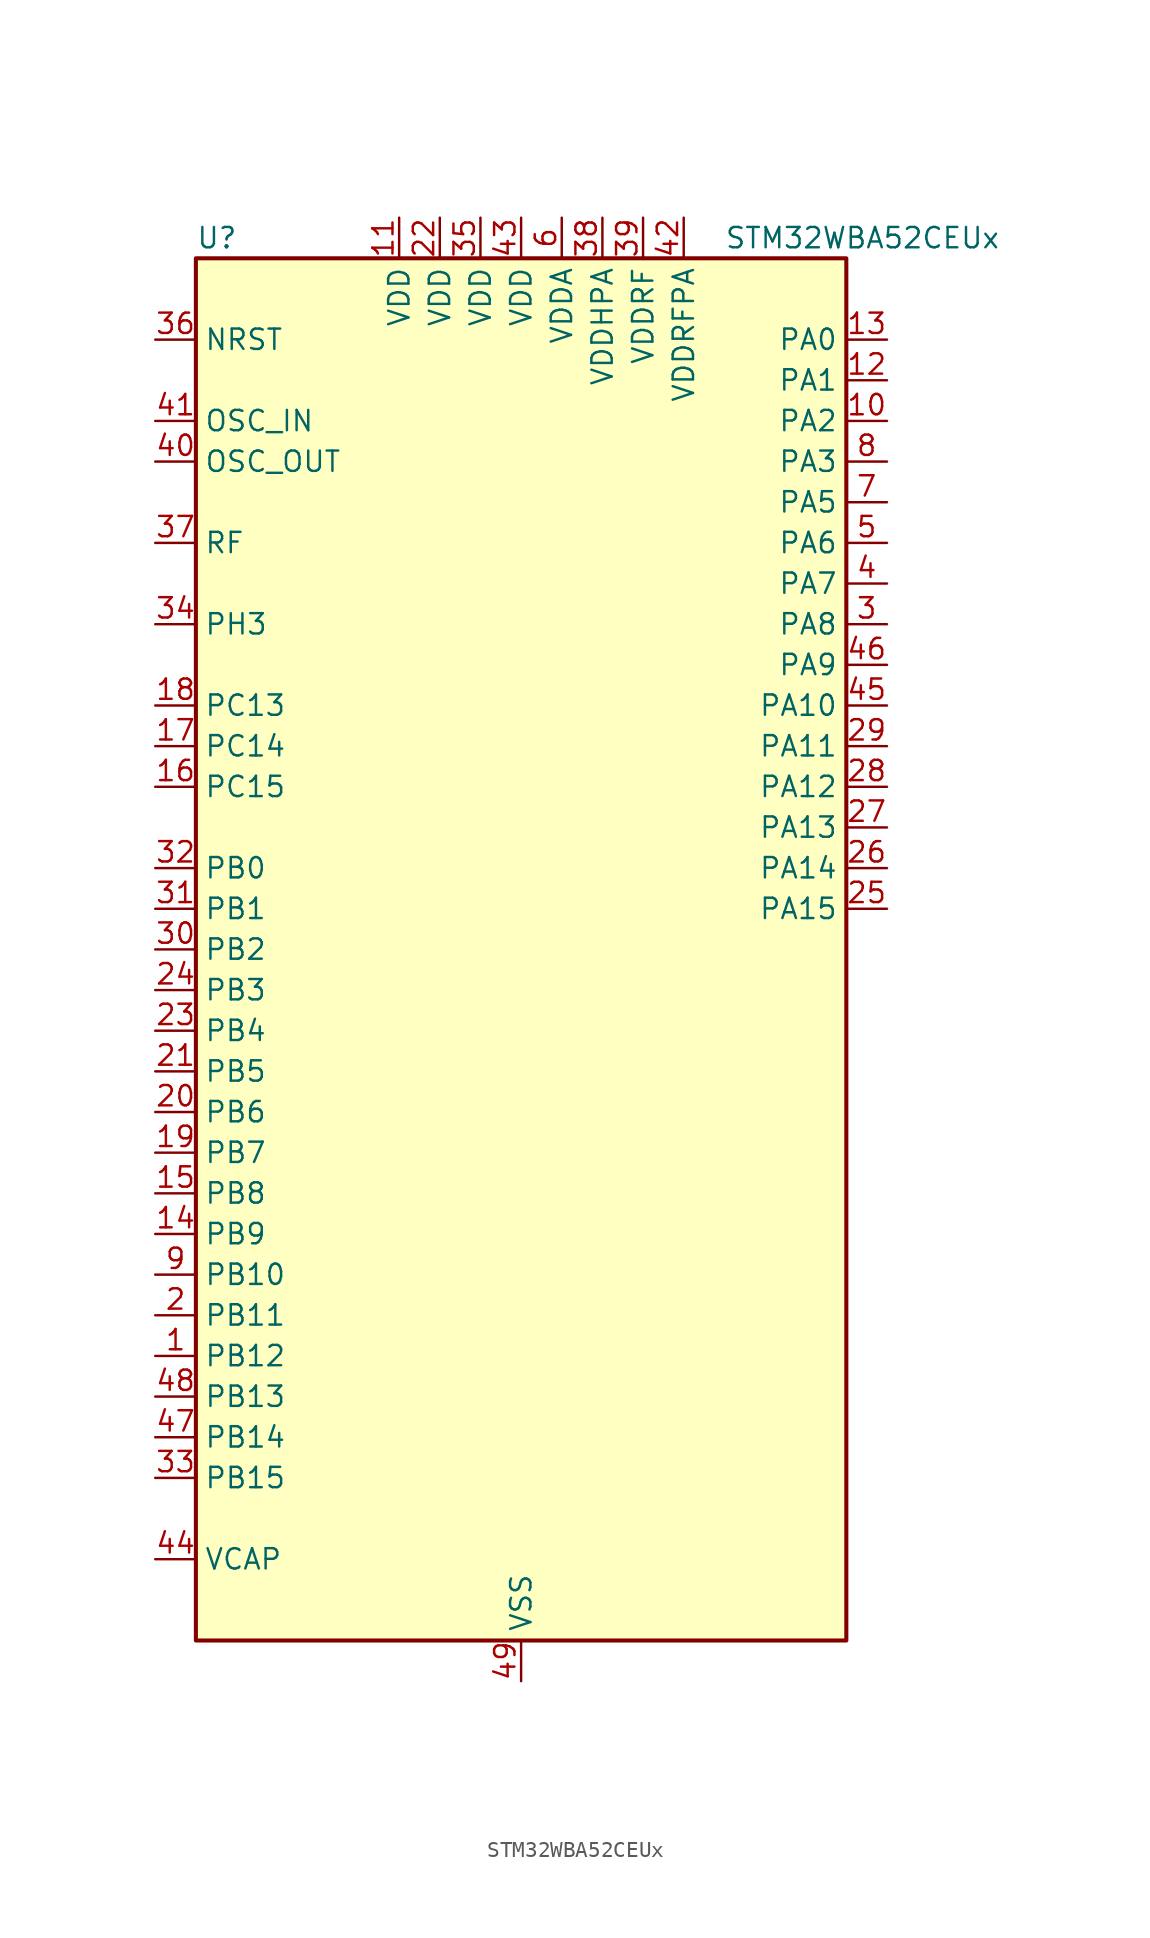
<source format=kicad_sym>
(kicad_symbol_lib
  (version 20231120)
  (generator "kicad-library-utils")
  (generator_version "8.0")
  (symbol "STM32WBA52CEUx"
    (property "Reference" "U"
      (at -20.32 44.45 0)
      (effects (font (size 1.27 1.27)) (justify left)))
    (property "Value" "STM32WBA52CEUx"
      (at 12.7 44.45 0)
      (effects (font (size 1.27 1.27)) (justify left)))
    (symbol "STM32WBA52CEUx_0_1"
      (rectangle (start -20.32 -43.18) (end 20.32 43.18) (stroke (width 0.254) (type default)) (fill (type background))))
    (symbol "STM32WBA52CEUx_1_1"
      (pin bidirectional line (at -22.86 -25.4 0) (length 2.54) (name "PB12" (effects (font (size 1.27 1.27)))) (number "1" (effects (font (size 1.27 1.27)))) (alternate "SPI1_RDY" bidirectional line) (alternate "TIM2_CH1" bidirectional line) (alternate "TIM2_ETR" bidirectional line) (alternate "TIM3_ETR" bidirectional line) (alternate "TSC_SYNC" bidirectional line) (alternate "USART1_TX" bidirectional line))
      (pin bidirectional line (at 22.86 33.02 180) (length 2.54) (name "PA2" (effects (font (size 1.27 1.27)))) (number "10" (effects (font (size 1.27 1.27)))) (alternate "ADC4_IN7" bidirectional line) (alternate "LPUART1_TX" bidirectional line) (alternate "PWR_WKUP4" bidirectional line) (alternate "RCC_LSCO" bidirectional line) (alternate "TIM16_CH1" bidirectional line) (alternate "TIM1_BKIN" bidirectional line) (alternate "TIM3_CH1" bidirectional line) (alternate "TSC_G4_IO4" bidirectional line) (alternate "USART1_DE" bidirectional line) (alternate "USART1_RTS" bidirectional line))
      (pin power_in line (at -7.62 45.72 270) (length 2.54) (name "VDD" (effects (font (size 1.27 1.27)))) (number "11" (effects (font (size 1.27 1.27)))))
      (pin bidirectional line (at 22.86 35.56 180) (length 2.54) (name "PA1" (effects (font (size 1.27 1.27)))) (number "12" (effects (font (size 1.27 1.27)))) (alternate "ADC4_IN8" bidirectional line) (alternate "LPTIM2_CH2" bidirectional line) (alternate "LPUART1_RX" bidirectional line) (alternate "PWR_WKUP3" bidirectional line) (alternate "SPI1_RDY" bidirectional line) (alternate "TIM17_CH1" bidirectional line) (alternate "TIM1_CH1N" bidirectional line) (alternate "TIM3_CH2" bidirectional line) (alternate "TSC_G2_IO1" bidirectional line) (alternate "USART1_CK" bidirectional line))
      (pin bidirectional line (at 22.86 38.1 180) (length 2.54) (name "PA0" (effects (font (size 1.27 1.27)))) (number "13" (effects (font (size 1.27 1.27)))) (alternate "ADC4_IN9" bidirectional line) (alternate "LPTIM1_IN1" bidirectional line) (alternate "LPUART1_CTS" bidirectional line) (alternate "PWR_WKUP1" bidirectional line) (alternate "SPI3_SCK" bidirectional line) (alternate "TIM1_CH2N" bidirectional line) (alternate "TIM3_CH3" bidirectional line) (alternate "TIM3_ETR" bidirectional line) (alternate "TSC_G2_IO2" bidirectional line))
      (pin bidirectional line (at -22.86 -17.78 0) (length 2.54) (name "PB9" (effects (font (size 1.27 1.27)))) (number "14" (effects (font (size 1.27 1.27)))) (alternate "ADC4_IN10" bidirectional line) (alternate "IR_OUT" bidirectional line) (alternate "LPTIM2_IN1" bidirectional line) (alternate "LPUART1_DE" bidirectional line) (alternate "LPUART1_RTS" bidirectional line) (alternate "PWR_WKUP8" bidirectional line) (alternate "SPI3_MISO" bidirectional line) (alternate "TIM16_CH1" bidirectional line) (alternate "TIM1_CH3N" bidirectional line) (alternate "TIM3_CH4" bidirectional line) (alternate "TSC_G2_IO3" bidirectional line))
      (pin bidirectional line (at -22.86 -15.24 0) (length 2.54) (name "PB8" (effects (font (size 1.27 1.27)))) (number "15" (effects (font (size 1.27 1.27)))) (alternate "LPTIM1_ETR" bidirectional line) (alternate "PWR_PVD_IN" bidirectional line) (alternate "SPI3_MOSI" bidirectional line) (alternate "TIM16_CH1N" bidirectional line) (alternate "TIM1_CH1" bidirectional line) (alternate "TIM3_ETR" bidirectional line) (alternate "TSC_G2_IO4" bidirectional line) (alternate "USART2_RX" bidirectional line))
      (pin bidirectional line (at -22.86 10.16 0) (length 2.54) (name "PC15" (effects (font (size 1.27 1.27)))) (number "16" (effects (font (size 1.27 1.27)))) (alternate "ADC4_EXTI15" bidirectional line) (alternate "RCC_OSC32_OUT" bidirectional line))
      (pin bidirectional line (at -22.86 12.7 0) (length 2.54) (name "PC14" (effects (font (size 1.27 1.27)))) (number "17" (effects (font (size 1.27 1.27)))) (alternate "RCC_OSC32_IN" bidirectional line))
      (pin bidirectional line (at -22.86 15.24 0) (length 2.54) (name "PC13" (effects (font (size 1.27 1.27)))) (number "18" (effects (font (size 1.27 1.27)))) (alternate "PWR_WKUP2" bidirectional line) (alternate "RTC_OUT1" bidirectional line) (alternate "RTC_TS" bidirectional line) (alternate "TAMP_IN4" bidirectional line) (alternate "TAMP_OUT5" bidirectional line) (alternate "TIM1_BKIN2" bidirectional line) (alternate "TSC_G5_IO1" bidirectional line))
      (pin bidirectional line (at -22.86 -12.7 0) (length 2.54) (name "PB7" (effects (font (size 1.27 1.27)))) (number "19" (effects (font (size 1.27 1.27)))) (alternate "PWR_WKUP5" bidirectional line) (alternate "TAMP_IN5" bidirectional line) (alternate "TAMP_OUT4" bidirectional line) (alternate "TIM1_CH4N" bidirectional line) (alternate "TSC_G5_IO2" bidirectional line))
      (pin bidirectional line (at -22.86 -22.86 0) (length 2.54) (name "PB11" (effects (font (size 1.27 1.27)))) (number "2" (effects (font (size 1.27 1.27)))) (alternate "LPTIM1_CH1" bidirectional line) (alternate "LPTIM1_ETR" bidirectional line) (alternate "LPUART1_TX" bidirectional line))
      (pin bidirectional line (at -22.86 -10.16 0) (length 2.54) (name "PB6" (effects (font (size 1.27 1.27)))) (number "20" (effects (font (size 1.27 1.27)))) (alternate "PWR_WKUP3" bidirectional line) (alternate "TIM2_CH1" bidirectional line) (alternate "TIM2_ETR" bidirectional line) (alternate "TSC_G5_IO3" bidirectional line))
      (pin bidirectional line (at -22.86 -7.62 0) (length 2.54) (name "PB5" (effects (font (size 1.27 1.27)))) (number "21" (effects (font (size 1.27 1.27)))) (alternate "LPUART1_TX" bidirectional line) (alternate "TIM3_CH1" bidirectional line) (alternate "TSC_G5_IO4" bidirectional line))
      (pin power_in line (at -5.08 45.72 270) (length 2.54) (name "VDD" (effects (font (size 1.27 1.27)))) (number "22" (effects (font (size 1.27 1.27)))))
      (pin bidirectional line (at -22.86 -5.08 0) (length 2.54) (name "PB4" (effects (font (size 1.27 1.27)))) (number "23" (effects (font (size 1.27 1.27)))) (alternate "DEBUG_JTRST" bidirectional line) (alternate "LPTIM2_IN2" bidirectional line) (alternate "SPI1_SCK" bidirectional line) (alternate "TIM17_CH1" bidirectional line) (alternate "TIM1_CH3" bidirectional line) (alternate "TSC_G3_IO1" bidirectional line) (alternate "USART2_RX" bidirectional line))
      (pin bidirectional line (at -22.86 -2.54 0) (length 2.54) (name "PB3" (effects (font (size 1.27 1.27)))) (number "24" (effects (font (size 1.27 1.27)))) (alternate "DEBUG_JTDO-SWO" bidirectional line) (alternate "I2C1_SDA" bidirectional line) (alternate "LPTIM1_IN2" bidirectional line) (alternate "SPI1_MISO" bidirectional line) (alternate "TIM17_CH1N" bidirectional line) (alternate "TIM1_CH4" bidirectional line) (alternate "TSC_G3_IO2" bidirectional line) (alternate "USART2_CK" bidirectional line))
      (pin bidirectional line (at 22.86 2.54 180) (length 2.54) (name "PA15" (effects (font (size 1.27 1.27)))) (number "25" (effects (font (size 1.27 1.27)))) (alternate "ADC4_EXTI15" bidirectional line) (alternate "DEBUG_JTDI" bidirectional line) (alternate "I2C1_SCL" bidirectional line) (alternate "LPTIM1_CH2" bidirectional line) (alternate "SPI1_MOSI" bidirectional line) (alternate "TIM17_BKIN" bidirectional line) (alternate "TIM1_ETR" bidirectional line) (alternate "TSC_G3_IO3" bidirectional line) (alternate "USART2_DE" bidirectional line) (alternate "USART2_RTS" bidirectional line))
      (pin bidirectional line (at 22.86 5.08 180) (length 2.54) (name "PA14" (effects (font (size 1.27 1.27)))) (number "26" (effects (font (size 1.27 1.27)))) (alternate "DEBUG_JTCK-SWCLK" bidirectional line) (alternate "TAMP_IN3" bidirectional line) (alternate "TAMP_OUT6" bidirectional line) (alternate "USART2_TX" bidirectional line))
      (pin bidirectional line (at 22.86 7.62 180) (length 2.54) (name "PA13" (effects (font (size 1.27 1.27)))) (number "27" (effects (font (size 1.27 1.27)))) (alternate "DEBUG_JTMS-SWDIO" bidirectional line) (alternate "IR_OUT" bidirectional line))
      (pin bidirectional line (at 22.86 10.16 180) (length 2.54) (name "PA12" (effects (font (size 1.27 1.27)))) (number "28" (effects (font (size 1.27 1.27)))) (alternate "PWR_WKUP6" bidirectional line) (alternate "RF_ANTSW0" bidirectional line) (alternate "SPI1_NSS" bidirectional line) (alternate "TIM1_CH2" bidirectional line) (alternate "TSC_G3_IO4" bidirectional line) (alternate "USART2_TX" bidirectional line))
      (pin bidirectional line (at 22.86 12.7 180) (length 2.54) (name "PA11" (effects (font (size 1.27 1.27)))) (number "29" (effects (font (size 1.27 1.27)))) (alternate "LPTIM2_CH1" bidirectional line) (alternate "RF_ANTSW1" bidirectional line) (alternate "TIM1_CH1" bidirectional line) (alternate "USART2_RX" bidirectional line))
      (pin bidirectional line (at 22.86 20.32 180) (length 2.54) (name "PA8" (effects (font (size 1.27 1.27)))) (number "3" (effects (font (size 1.27 1.27)))) (alternate "ADC4_IN1" bidirectional line) (alternate "LPTIM1_CH2" bidirectional line) (alternate "RCC_MCO" bidirectional line) (alternate "SPI3_RDY" bidirectional line) (alternate "TIM2_CH2" bidirectional line) (alternate "TSC_G1_IO1" bidirectional line) (alternate "USART1_RX" bidirectional line))
      (pin bidirectional line (at -22.86 0 0) (length 2.54) (name "PB2" (effects (font (size 1.27 1.27)))) (number "30" (effects (font (size 1.27 1.27)))) (alternate "I2C1_SCL" bidirectional line) (alternate "I2C3_SCL" bidirectional line) (alternate "PWR_WKUP1" bidirectional line) (alternate "RF_ANTSW2" bidirectional line) (alternate "RTC_OUT2" bidirectional line) (alternate "TIM1_CH1N" bidirectional line) (alternate "USART2_CTS" bidirectional line))
      (pin bidirectional line (at -22.86 2.54 0) (length 2.54) (name "PB1" (effects (font (size 1.27 1.27)))) (number "31" (effects (font (size 1.27 1.27)))) (alternate "I2C1_SDA" bidirectional line) (alternate "I2C3_SDA" bidirectional line) (alternate "PWR_WKUP4" bidirectional line) (alternate "TIM1_CH2N" bidirectional line) (alternate "USART2_DE" bidirectional line) (alternate "USART2_RTS" bidirectional line))
      (pin bidirectional line (at -22.86 5.08 0) (length 2.54) (name "PB0" (effects (font (size 1.27 1.27)))) (number "32" (effects (font (size 1.27 1.27)))) (alternate "LPTIM2_IN2" bidirectional line) (alternate "TIM1_CH3N" bidirectional line) (alternate "USART2_TX" bidirectional line))
      (pin bidirectional line (at -22.86 -33.02 0) (length 2.54) (name "PB15" (effects (font (size 1.27 1.27)))) (number "33" (effects (font (size 1.27 1.27)))) (alternate "ADC4_EXTI15" bidirectional line) (alternate "I2C1_SMBA" bidirectional line) (alternate "I2C3_SMBA" bidirectional line) (alternate "LPUART1_CTS" bidirectional line) (alternate "TIM16_BKIN" bidirectional line) (alternate "TIM1_BKIN2" bidirectional line) (alternate "USART2_CTS" bidirectional line))
      (pin bidirectional line (at -22.86 20.32 0) (length 2.54) (name "PH3" (effects (font (size 1.27 1.27)))) (number "34" (effects (font (size 1.27 1.27)))) (alternate "TAMP_IN2" bidirectional line) (alternate "TAMP_OUT1" bidirectional line))
      (pin power_in line (at -2.54 45.72 270) (length 2.54) (name "VDD" (effects (font (size 1.27 1.27)))) (number "35" (effects (font (size 1.27 1.27)))))
      (pin input line (at -22.86 38.1 0) (length 2.54) (name "NRST" (effects (font (size 1.27 1.27)))) (number "36" (effects (font (size 1.27 1.27)))))
      (pin bidirectional line (at -22.86 25.4 0) (length 2.54) (name "RF" (effects (font (size 1.27 1.27)))) (number "37" (effects (font (size 1.27 1.27)))))
      (pin power_in line (at 5.08 45.72 270) (length 2.54) (name "VDDHPA" (effects (font (size 1.27 1.27)))) (number "38" (effects (font (size 1.27 1.27)))))
      (pin power_in line (at 7.62 45.72 270) (length 2.54) (name "VDDRF" (effects (font (size 1.27 1.27)))) (number "39" (effects (font (size 1.27 1.27)))))
      (pin bidirectional line (at 22.86 22.86 180) (length 2.54) (name "PA7" (effects (font (size 1.27 1.27)))) (number "4" (effects (font (size 1.27 1.27)))) (alternate "ADC4_IN2" bidirectional line) (alternate "I2C3_SDA" bidirectional line) (alternate "PWR_WKUP8" bidirectional line) (alternate "TAMP_IN1" bidirectional line) (alternate "TAMP_OUT2" bidirectional line) (alternate "TIM2_CH3" bidirectional line) (alternate "TSC_G1_IO2" bidirectional line) (alternate "USART1_CTS" bidirectional line))
      (pin input line (at -22.86 30.48 0) (length 2.54) (name "OSC_OUT" (effects (font (size 1.27 1.27)))) (number "40" (effects (font (size 1.27 1.27)))) (alternate "RCC_OSC_OUT" bidirectional line))
      (pin input line (at -22.86 33.02 0) (length 2.54) (name "OSC_IN" (effects (font (size 1.27 1.27)))) (number "41" (effects (font (size 1.27 1.27)))) (alternate "RCC_OSC_IN" bidirectional line))
      (pin power_in line (at 10.16 45.72 270) (length 2.54) (name "VDDRFPA" (effects (font (size 1.27 1.27)))) (number "42" (effects (font (size 1.27 1.27)))))
      (pin power_in line (at 0 45.72 270) (length 2.54) (name "VDD" (effects (font (size 1.27 1.27)))) (number "43" (effects (font (size 1.27 1.27)))))
      (pin power_out line (at -22.86 -38.1 0) (length 2.54) (name "VCAP" (effects (font (size 1.27 1.27)))) (number "44" (effects (font (size 1.27 1.27)))))
      (pin bidirectional line (at 22.86 15.24 180) (length 2.54) (name "PA10" (effects (font (size 1.27 1.27)))) (number "45" (effects (font (size 1.27 1.27)))) (alternate "LPUART1_RX" bidirectional line) (alternate "TIM3_CH1" bidirectional line))
      (pin bidirectional line (at 22.86 17.78 180) (length 2.54) (name "PA9" (effects (font (size 1.27 1.27)))) (number "46" (effects (font (size 1.27 1.27)))) (alternate "LPUART1_DE" bidirectional line) (alternate "LPUART1_RTS" bidirectional line) (alternate "TIM3_CH2" bidirectional line))
      (pin bidirectional line (at -22.86 -30.48 0) (length 2.54) (name "PB14" (effects (font (size 1.27 1.27)))) (number "47" (effects (font (size 1.27 1.27)))) (alternate "PWR_WKUP7" bidirectional line) (alternate "RTC_REFIN" bidirectional line) (alternate "TIM3_CH3" bidirectional line) (alternate "TSC_G6_IO1" bidirectional line) (alternate "USART1_TX" bidirectional line))
      (pin bidirectional line (at -22.86 -27.94 0) (length 2.54) (name "PB13" (effects (font (size 1.27 1.27)))) (number "48" (effects (font (size 1.27 1.27)))) (alternate "TIM3_CH4" bidirectional line) (alternate "TSC_G6_IO2" bidirectional line))
      (pin power_in line (at 0 -45.72 90) (length 2.54) (name "VSS" (effects (font (size 1.27 1.27)))) (number "49" (effects (font (size 1.27 1.27)))))
      (pin bidirectional line (at 22.86 25.4 180) (length 2.54) (name "PA6" (effects (font (size 1.27 1.27)))) (number "5" (effects (font (size 1.27 1.27)))) (alternate "ADC4_IN3" bidirectional line) (alternate "I2C3_SCL" bidirectional line) (alternate "PWR_CSTOP" bidirectional line) (alternate "PWR_WKUP7" bidirectional line) (alternate "SPI3_RDY" bidirectional line) (alternate "TIM2_CH4" bidirectional line) (alternate "TSC_G1_IO3" bidirectional line) (alternate "USART1_DE" bidirectional line) (alternate "USART1_RTS" bidirectional line))
      (pin power_in line (at 2.54 45.72 270) (length 2.54) (name "VDDA" (effects (font (size 1.27 1.27)))) (number "6" (effects (font (size 1.27 1.27)))))
      (pin bidirectional line (at 22.86 27.94 180) (length 2.54) (name "PA5" (effects (font (size 1.27 1.27)))) (number "7" (effects (font (size 1.27 1.27)))) (alternate "ADC4_IN4" bidirectional line) (alternate "LPTIM2_ETR" bidirectional line) (alternate "PWR_CSLEEP" bidirectional line) (alternate "PWR_WKUP6" bidirectional line) (alternate "SPI3_NSS" bidirectional line) (alternate "TIM2_CH1" bidirectional line) (alternate "TIM2_ETR" bidirectional line) (alternate "TSC_G1_IO4" bidirectional line) (alternate "USART1_CK" bidirectional line))
      (pin bidirectional line (at 22.86 30.48 180) (length 2.54) (name "PA3" (effects (font (size 1.27 1.27)))) (number "8" (effects (font (size 1.27 1.27)))) (alternate "ADC4_IN6" bidirectional line) (alternate "PWR_WKUP5" bidirectional line) (alternate "TIM16_CH1N" bidirectional line) (alternate "TSC_G4_IO2" bidirectional line) (alternate "USART1_DE" bidirectional line) (alternate "USART1_RTS" bidirectional line))
      (pin bidirectional line (at -22.86 -20.32 0) (length 2.54) (name "PB10" (effects (font (size 1.27 1.27)))) (number "9" (effects (font (size 1.27 1.27)))) (alternate "TIM16_BKIN" bidirectional line) (alternate "TSC_G4_IO3" bidirectional line) (alternate "USART1_CK" bidirectional line)))))
</source>
